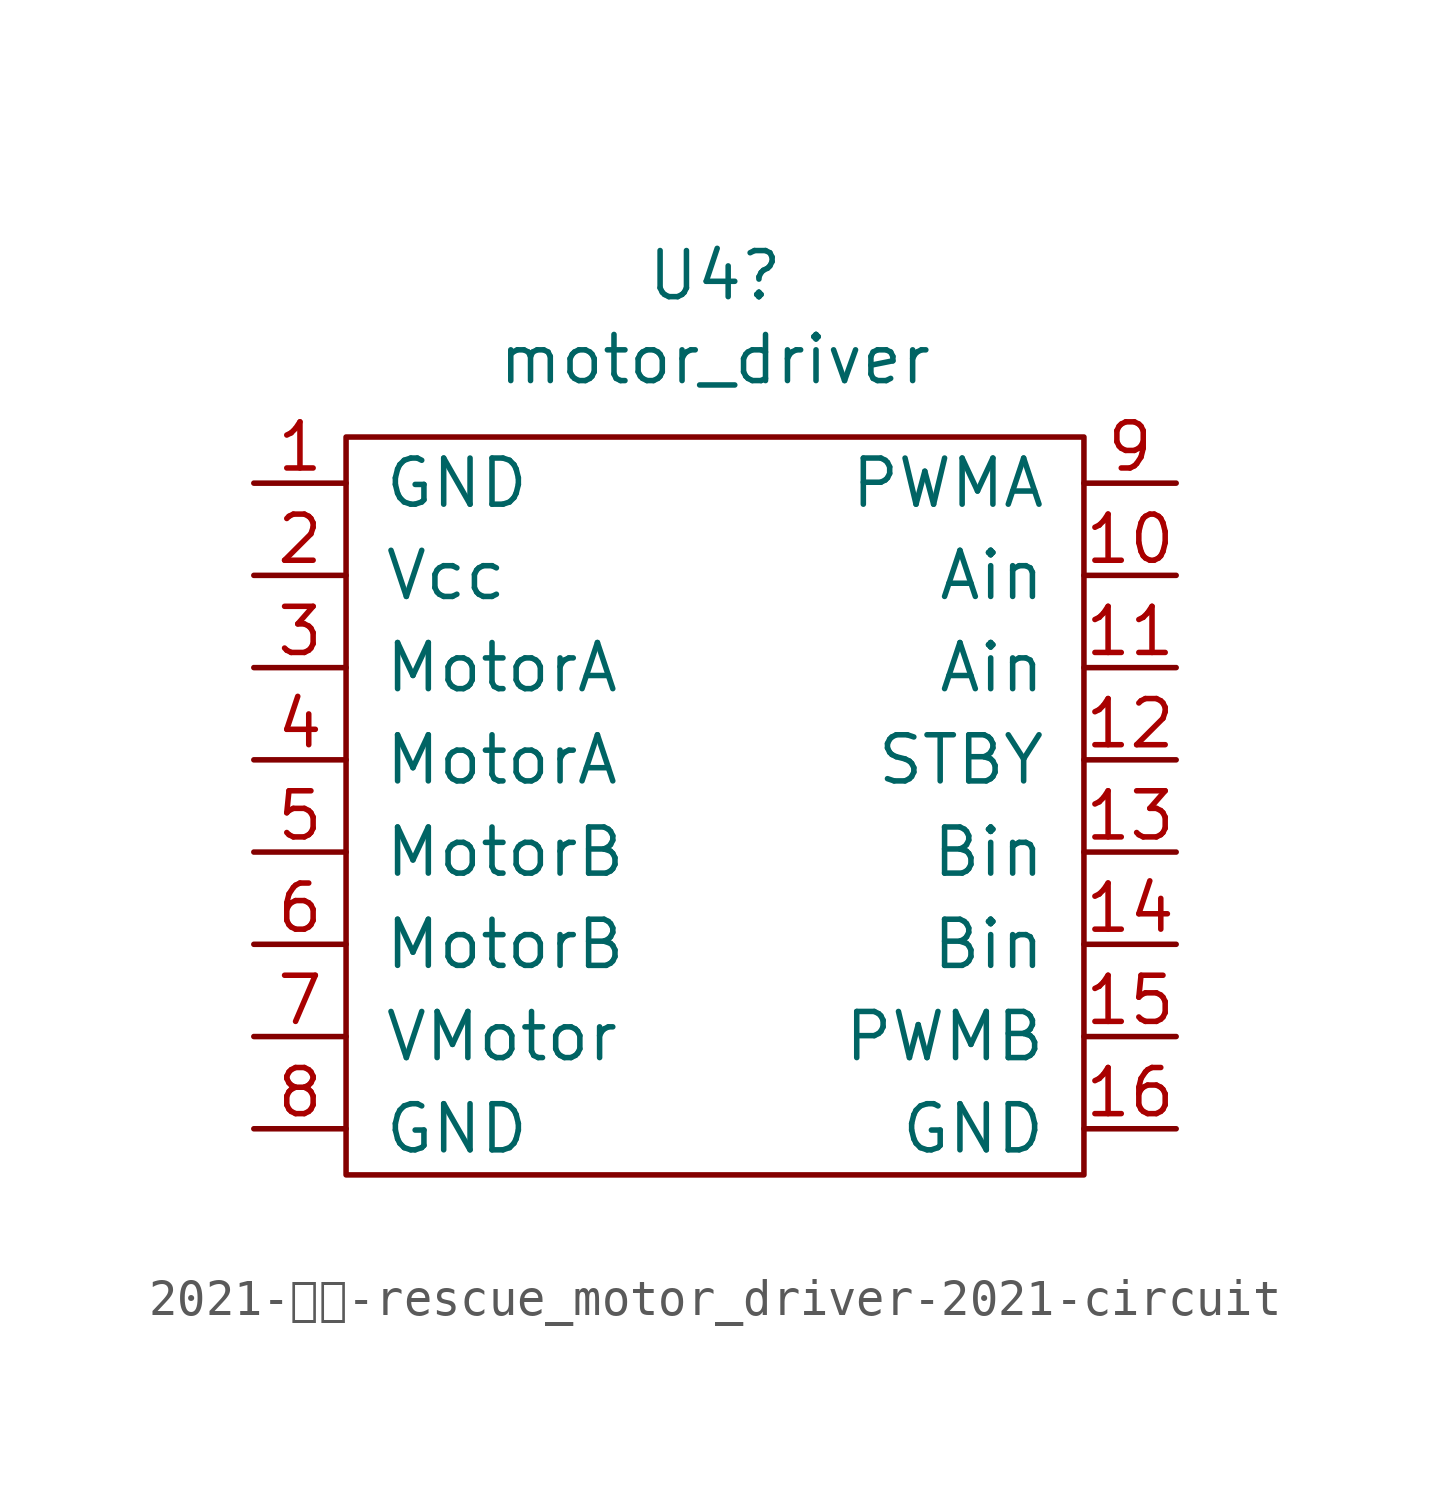
<source format=kicad_sym>
(kicad_symbol_lib
  (version 20211014)
  (generator kicad_symbol_editor)
  (symbol "2021-回路-rescue_motor_driver-2021-circuit"
    (pin_names
      (offset 1.016))
    (property "Reference" "U4"
      (at 0 1.905 0)
      (effects (font (size 1.27 1.27))))
    (property "Value" "motor_driver"
      (at 0 -0.406 0)
      (effects (font (size 1.27 1.27))))
    (symbol "2021-回路-rescue_motor_driver-2021-circuit_0_1"
      (rectangle (start -10.16 -2.54) (end 10.16 -22.86) (stroke (width 0) (type default) (color 0 0 0 0)) (fill (type none))))
    (symbol "2021-回路-rescue_motor_driver-2021-circuit_1_1"
      (pin input line (at -12.7 -3.81 0) (length 2.54) (name "GND" (effects (font (size 1.27 1.27)))) (number "1" (effects (font (size 1.27 1.27)))))
      (pin input line (at 12.7 -6.35 180) (length 2.54) (name "Ain" (effects (font (size 1.27 1.27)))) (number "10" (effects (font (size 1.27 1.27)))))
      (pin input line (at 12.7 -8.89 180) (length 2.54) (name "Ain" (effects (font (size 1.27 1.27)))) (number "11" (effects (font (size 1.27 1.27)))))
      (pin input line (at 12.7 -11.43 180) (length 2.54) (name "STBY" (effects (font (size 1.27 1.27)))) (number "12" (effects (font (size 1.27 1.27)))))
      (pin input line (at 12.7 -13.97 180) (length 2.54) (name "Bin" (effects (font (size 1.27 1.27)))) (number "13" (effects (font (size 1.27 1.27)))))
      (pin input line (at 12.7 -16.51 180) (length 2.54) (name "Bin" (effects (font (size 1.27 1.27)))) (number "14" (effects (font (size 1.27 1.27)))))
      (pin input line (at 12.7 -19.05 180) (length 2.54) (name "PWMB" (effects (font (size 1.27 1.27)))) (number "15" (effects (font (size 1.27 1.27)))))
      (pin input line (at 12.7 -21.59 180) (length 2.54) (name "GND" (effects (font (size 1.27 1.27)))) (number "16" (effects (font (size 1.27 1.27)))))
      (pin power_in line (at -12.7 -6.35 0) (length 2.54) (name "Vcc" (effects (font (size 1.27 1.27)))) (number "2" (effects (font (size 1.27 1.27)))))
      (pin output line (at -12.7 -8.89 0) (length 2.54) (name "MotorA" (effects (font (size 1.27 1.27)))) (number "3" (effects (font (size 1.27 1.27)))))
      (pin output line (at -12.7 -11.43 0) (length 2.54) (name "MotorA" (effects (font (size 1.27 1.27)))) (number "4" (effects (font (size 1.27 1.27)))))
      (pin output line (at -12.7 -13.97 0) (length 2.54) (name "MotorB" (effects (font (size 1.27 1.27)))) (number "5" (effects (font (size 1.27 1.27)))))
      (pin output line (at -12.7 -16.51 0) (length 2.54) (name "MotorB" (effects (font (size 1.27 1.27)))) (number "6" (effects (font (size 1.27 1.27)))))
      (pin power_in line (at -12.7 -19.05 0) (length 2.54) (name "VMotor" (effects (font (size 1.27 1.27)))) (number "7" (effects (font (size 1.27 1.27)))))
      (pin input line (at -12.7 -21.59 0) (length 2.54) (name "GND" (effects (font (size 1.27 1.27)))) (number "8" (effects (font (size 1.27 1.27)))))
      (pin input line (at 12.7 -3.81 180) (length 2.54) (name "PWMA" (effects (font (size 1.27 1.27)))) (number "9" (effects (font (size 1.27 1.27))))))))
</source>
